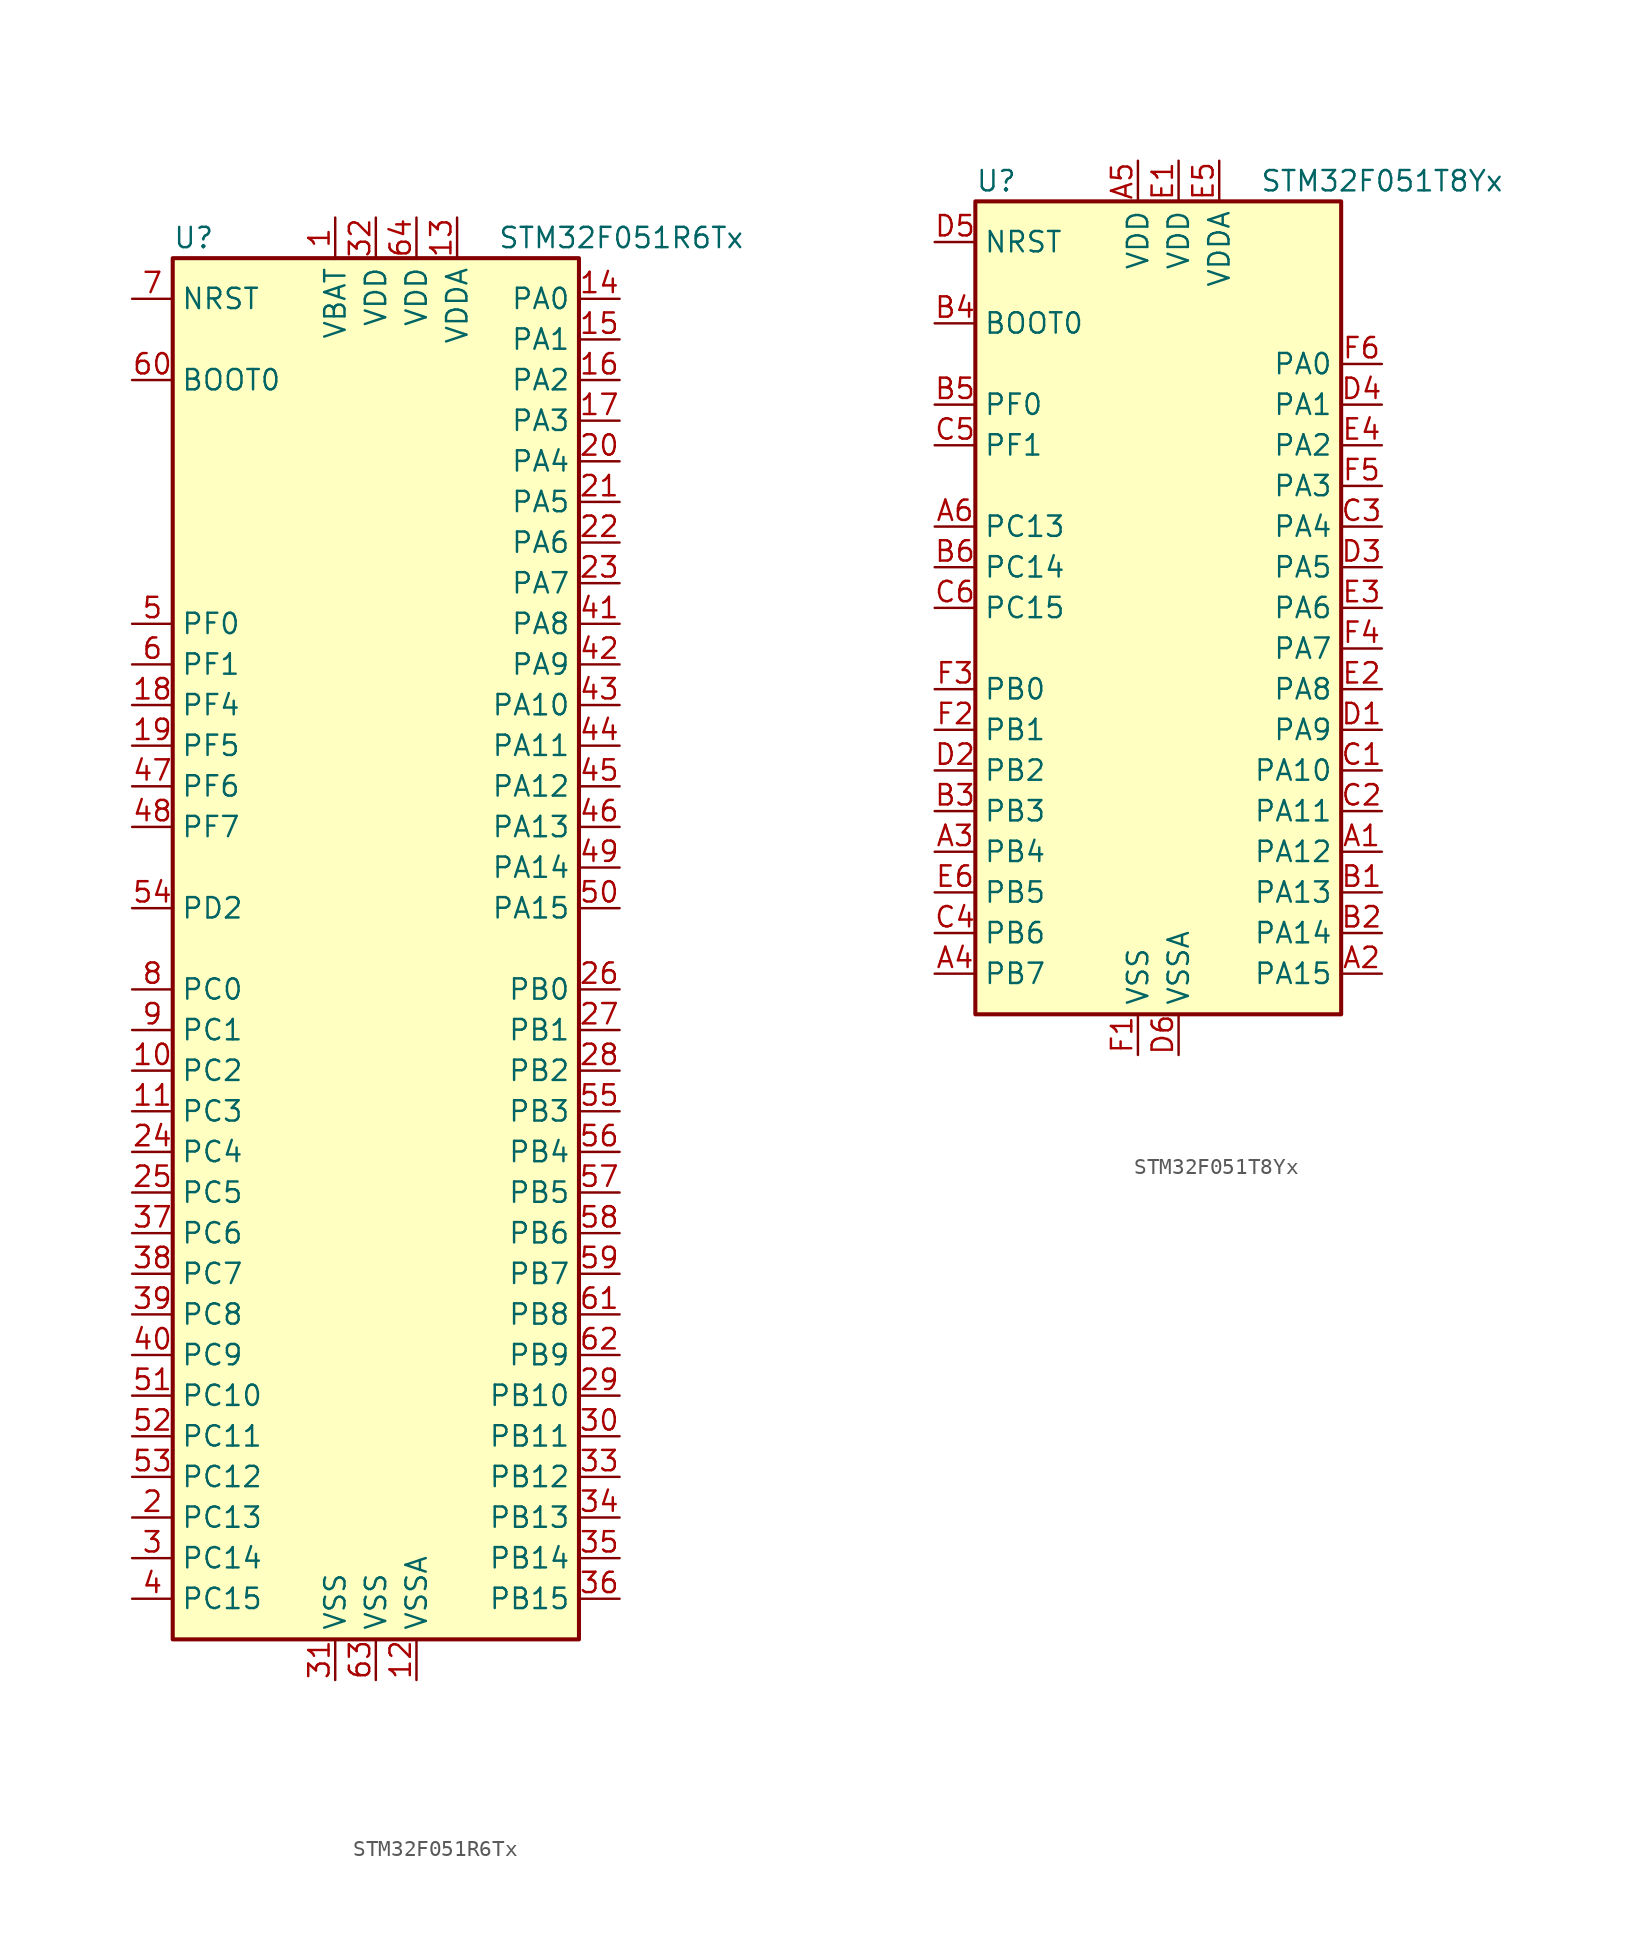
<source format=kicad_sym>
(kicad_symbol_lib
  (version 20201005)
  (generator kicad_symbol_editor)
  (symbol "MCU_ST_STM32F0:STM32F051R6Tx"
    (property "Reference" "U"
      (at -12.7 44.45 0)
      (effects (font (size 1.27 1.27)) (justify left)))
    (property "Value" "STM32F051R6Tx"
      (at 7.62 44.45 0)
      (effects (font (size 1.27 1.27)) (justify left)))
    (symbol "STM32F051R6Tx_0_1"
      (rectangle (start -12.7 -43.18) (end 12.7 43.18) (stroke (width 0.254)) (fill (type background))))
    (symbol "STM32F051R6Tx_1_1"
      (pin power_in line (at -2.54 45.72 270) (length 2.54) (name "VBAT" (effects (font (size 1.27 1.27)))) (number "1" (effects (font (size 1.27 1.27)))))
      (pin bidirectional line (at -15.24 -7.62 0) (length 2.54) (name "PC2" (effects (font (size 1.27 1.27)))) (number "10" (effects (font (size 1.27 1.27)))))
      (pin bidirectional line (at -15.24 -10.16 0) (length 2.54) (name "PC3" (effects (font (size 1.27 1.27)))) (number "11" (effects (font (size 1.27 1.27)))))
      (pin power_in line (at 2.54 -45.72 90) (length 2.54) (name "VSSA" (effects (font (size 1.27 1.27)))) (number "12" (effects (font (size 1.27 1.27)))))
      (pin power_in line (at 5.08 45.72 270) (length 2.54) (name "VDDA" (effects (font (size 1.27 1.27)))) (number "13" (effects (font (size 1.27 1.27)))))
      (pin bidirectional line (at 15.24 40.64 180) (length 2.54) (name "PA0" (effects (font (size 1.27 1.27)))) (number "14" (effects (font (size 1.27 1.27)))))
      (pin bidirectional line (at 15.24 38.1 180) (length 2.54) (name "PA1" (effects (font (size 1.27 1.27)))) (number "15" (effects (font (size 1.27 1.27)))))
      (pin bidirectional line (at 15.24 35.56 180) (length 2.54) (name "PA2" (effects (font (size 1.27 1.27)))) (number "16" (effects (font (size 1.27 1.27)))))
      (pin bidirectional line (at 15.24 33.02 180) (length 2.54) (name "PA3" (effects (font (size 1.27 1.27)))) (number "17" (effects (font (size 1.27 1.27)))))
      (pin bidirectional line (at -15.24 15.24 0) (length 2.54) (name "PF4" (effects (font (size 1.27 1.27)))) (number "18" (effects (font (size 1.27 1.27)))))
      (pin bidirectional line (at -15.24 12.7 0) (length 2.54) (name "PF5" (effects (font (size 1.27 1.27)))) (number "19" (effects (font (size 1.27 1.27)))))
      (pin bidirectional line (at -15.24 -35.56 0) (length 2.54) (name "PC13" (effects (font (size 1.27 1.27)))) (number "2" (effects (font (size 1.27 1.27)))))
      (pin bidirectional line (at 15.24 30.48 180) (length 2.54) (name "PA4" (effects (font (size 1.27 1.27)))) (number "20" (effects (font (size 1.27 1.27)))))
      (pin bidirectional line (at 15.24 27.94 180) (length 2.54) (name "PA5" (effects (font (size 1.27 1.27)))) (number "21" (effects (font (size 1.27 1.27)))))
      (pin bidirectional line (at 15.24 25.4 180) (length 2.54) (name "PA6" (effects (font (size 1.27 1.27)))) (number "22" (effects (font (size 1.27 1.27)))))
      (pin bidirectional line (at 15.24 22.86 180) (length 2.54) (name "PA7" (effects (font (size 1.27 1.27)))) (number "23" (effects (font (size 1.27 1.27)))))
      (pin bidirectional line (at -15.24 -12.7 0) (length 2.54) (name "PC4" (effects (font (size 1.27 1.27)))) (number "24" (effects (font (size 1.27 1.27)))))
      (pin bidirectional line (at -15.24 -15.24 0) (length 2.54) (name "PC5" (effects (font (size 1.27 1.27)))) (number "25" (effects (font (size 1.27 1.27)))))
      (pin bidirectional line (at 15.24 -2.54 180) (length 2.54) (name "PB0" (effects (font (size 1.27 1.27)))) (number "26" (effects (font (size 1.27 1.27)))))
      (pin bidirectional line (at 15.24 -5.08 180) (length 2.54) (name "PB1" (effects (font (size 1.27 1.27)))) (number "27" (effects (font (size 1.27 1.27)))))
      (pin bidirectional line (at 15.24 -7.62 180) (length 2.54) (name "PB2" (effects (font (size 1.27 1.27)))) (number "28" (effects (font (size 1.27 1.27)))))
      (pin bidirectional line (at 15.24 -27.94 180) (length 2.54) (name "PB10" (effects (font (size 1.27 1.27)))) (number "29" (effects (font (size 1.27 1.27)))))
      (pin bidirectional line (at -15.24 -38.1 0) (length 2.54) (name "PC14" (effects (font (size 1.27 1.27)))) (number "3" (effects (font (size 1.27 1.27)))))
      (pin bidirectional line (at 15.24 -30.48 180) (length 2.54) (name "PB11" (effects (font (size 1.27 1.27)))) (number "30" (effects (font (size 1.27 1.27)))))
      (pin power_in line (at -2.54 -45.72 90) (length 2.54) (name "VSS" (effects (font (size 1.27 1.27)))) (number "31" (effects (font (size 1.27 1.27)))))
      (pin power_in line (at 0 45.72 270) (length 2.54) (name "VDD" (effects (font (size 1.27 1.27)))) (number "32" (effects (font (size 1.27 1.27)))))
      (pin bidirectional line (at 15.24 -33.02 180) (length 2.54) (name "PB12" (effects (font (size 1.27 1.27)))) (number "33" (effects (font (size 1.27 1.27)))))
      (pin bidirectional line (at 15.24 -35.56 180) (length 2.54) (name "PB13" (effects (font (size 1.27 1.27)))) (number "34" (effects (font (size 1.27 1.27)))))
      (pin bidirectional line (at 15.24 -38.1 180) (length 2.54) (name "PB14" (effects (font (size 1.27 1.27)))) (number "35" (effects (font (size 1.27 1.27)))))
      (pin bidirectional line (at 15.24 -40.64 180) (length 2.54) (name "PB15" (effects (font (size 1.27 1.27)))) (number "36" (effects (font (size 1.27 1.27)))))
      (pin bidirectional line (at -15.24 -17.78 0) (length 2.54) (name "PC6" (effects (font (size 1.27 1.27)))) (number "37" (effects (font (size 1.27 1.27)))))
      (pin bidirectional line (at -15.24 -20.32 0) (length 2.54) (name "PC7" (effects (font (size 1.27 1.27)))) (number "38" (effects (font (size 1.27 1.27)))))
      (pin bidirectional line (at -15.24 -22.86 0) (length 2.54) (name "PC8" (effects (font (size 1.27 1.27)))) (number "39" (effects (font (size 1.27 1.27)))))
      (pin bidirectional line (at -15.24 -40.64 0) (length 2.54) (name "PC15" (effects (font (size 1.27 1.27)))) (number "4" (effects (font (size 1.27 1.27)))))
      (pin bidirectional line (at -15.24 -25.4 0) (length 2.54) (name "PC9" (effects (font (size 1.27 1.27)))) (number "40" (effects (font (size 1.27 1.27)))))
      (pin bidirectional line (at 15.24 20.32 180) (length 2.54) (name "PA8" (effects (font (size 1.27 1.27)))) (number "41" (effects (font (size 1.27 1.27)))))
      (pin bidirectional line (at 15.24 17.78 180) (length 2.54) (name "PA9" (effects (font (size 1.27 1.27)))) (number "42" (effects (font (size 1.27 1.27)))))
      (pin bidirectional line (at 15.24 15.24 180) (length 2.54) (name "PA10" (effects (font (size 1.27 1.27)))) (number "43" (effects (font (size 1.27 1.27)))))
      (pin bidirectional line (at 15.24 12.7 180) (length 2.54) (name "PA11" (effects (font (size 1.27 1.27)))) (number "44" (effects (font (size 1.27 1.27)))))
      (pin bidirectional line (at 15.24 10.16 180) (length 2.54) (name "PA12" (effects (font (size 1.27 1.27)))) (number "45" (effects (font (size 1.27 1.27)))))
      (pin bidirectional line (at 15.24 7.62 180) (length 2.54) (name "PA13" (effects (font (size 1.27 1.27)))) (number "46" (effects (font (size 1.27 1.27)))))
      (pin bidirectional line (at -15.24 10.16 0) (length 2.54) (name "PF6" (effects (font (size 1.27 1.27)))) (number "47" (effects (font (size 1.27 1.27)))))
      (pin bidirectional line (at -15.24 7.62 0) (length 2.54) (name "PF7" (effects (font (size 1.27 1.27)))) (number "48" (effects (font (size 1.27 1.27)))))
      (pin bidirectional line (at 15.24 5.08 180) (length 2.54) (name "PA14" (effects (font (size 1.27 1.27)))) (number "49" (effects (font (size 1.27 1.27)))))
      (pin input line (at -15.24 20.32 0) (length 2.54) (name "PF0" (effects (font (size 1.27 1.27)))) (number "5" (effects (font (size 1.27 1.27)))))
      (pin bidirectional line (at 15.24 2.54 180) (length 2.54) (name "PA15" (effects (font (size 1.27 1.27)))) (number "50" (effects (font (size 1.27 1.27)))))
      (pin bidirectional line (at -15.24 -27.94 0) (length 2.54) (name "PC10" (effects (font (size 1.27 1.27)))) (number "51" (effects (font (size 1.27 1.27)))))
      (pin bidirectional line (at -15.24 -30.48 0) (length 2.54) (name "PC11" (effects (font (size 1.27 1.27)))) (number "52" (effects (font (size 1.27 1.27)))))
      (pin bidirectional line (at -15.24 -33.02 0) (length 2.54) (name "PC12" (effects (font (size 1.27 1.27)))) (number "53" (effects (font (size 1.27 1.27)))))
      (pin bidirectional line (at -15.24 2.54 0) (length 2.54) (name "PD2" (effects (font (size 1.27 1.27)))) (number "54" (effects (font (size 1.27 1.27)))))
      (pin bidirectional line (at 15.24 -10.16 180) (length 2.54) (name "PB3" (effects (font (size 1.27 1.27)))) (number "55" (effects (font (size 1.27 1.27)))))
      (pin bidirectional line (at 15.24 -12.7 180) (length 2.54) (name "PB4" (effects (font (size 1.27 1.27)))) (number "56" (effects (font (size 1.27 1.27)))))
      (pin bidirectional line (at 15.24 -15.24 180) (length 2.54) (name "PB5" (effects (font (size 1.27 1.27)))) (number "57" (effects (font (size 1.27 1.27)))))
      (pin bidirectional line (at 15.24 -17.78 180) (length 2.54) (name "PB6" (effects (font (size 1.27 1.27)))) (number "58" (effects (font (size 1.27 1.27)))))
      (pin bidirectional line (at 15.24 -20.32 180) (length 2.54) (name "PB7" (effects (font (size 1.27 1.27)))) (number "59" (effects (font (size 1.27 1.27)))))
      (pin input line (at -15.24 17.78 0) (length 2.54) (name "PF1" (effects (font (size 1.27 1.27)))) (number "6" (effects (font (size 1.27 1.27)))))
      (pin input line (at -15.24 35.56 0) (length 2.54) (name "BOOT0" (effects (font (size 1.27 1.27)))) (number "60" (effects (font (size 1.27 1.27)))))
      (pin bidirectional line (at 15.24 -22.86 180) (length 2.54) (name "PB8" (effects (font (size 1.27 1.27)))) (number "61" (effects (font (size 1.27 1.27)))))
      (pin bidirectional line (at 15.24 -25.4 180) (length 2.54) (name "PB9" (effects (font (size 1.27 1.27)))) (number "62" (effects (font (size 1.27 1.27)))))
      (pin power_in line (at 0 -45.72 90) (length 2.54) (name "VSS" (effects (font (size 1.27 1.27)))) (number "63" (effects (font (size 1.27 1.27)))))
      (pin power_in line (at 2.54 45.72 270) (length 2.54) (name "VDD" (effects (font (size 1.27 1.27)))) (number "64" (effects (font (size 1.27 1.27)))))
      (pin input line (at -15.24 40.64 0) (length 2.54) (name "NRST" (effects (font (size 1.27 1.27)))) (number "7" (effects (font (size 1.27 1.27)))))
      (pin bidirectional line (at -15.24 -2.54 0) (length 2.54) (name "PC0" (effects (font (size 1.27 1.27)))) (number "8" (effects (font (size 1.27 1.27)))))
      (pin bidirectional line (at -15.24 -5.08 0) (length 2.54) (name "PC1" (effects (font (size 1.27 1.27)))) (number "9" (effects (font (size 1.27 1.27)))))))
  (symbol "MCU_ST_STM32F0:STM32F051T8Yx"
    (property "Reference" "U"
      (at -12.7 26.67 0)
      (effects (font (size 1.27 1.27)) (justify left)))
    (property "Value" "STM32F051T8Yx"
      (at 5.08 26.67 0)
      (effects (font (size 1.27 1.27)) (justify left)))
    (symbol "STM32F051T8Yx_0_1"
      (rectangle (start -12.7 -25.4) (end 10.16 25.4) (stroke (width 0.254)) (fill (type background))))
    (symbol "STM32F051T8Yx_1_1"
      (pin bidirectional line (at 12.7 -15.24 180) (length 2.54) (name "PA12" (effects (font (size 1.27 1.27)))) (number "A1" (effects (font (size 1.27 1.27)))))
      (pin bidirectional line (at 12.7 -22.86 180) (length 2.54) (name "PA15" (effects (font (size 1.27 1.27)))) (number "A2" (effects (font (size 1.27 1.27)))))
      (pin bidirectional line (at -15.24 -15.24 0) (length 2.54) (name "PB4" (effects (font (size 1.27 1.27)))) (number "A3" (effects (font (size 1.27 1.27)))))
      (pin bidirectional line (at -15.24 -22.86 0) (length 2.54) (name "PB7" (effects (font (size 1.27 1.27)))) (number "A4" (effects (font (size 1.27 1.27)))))
      (pin power_in line (at -2.54 27.94 270) (length 2.54) (name "VDD" (effects (font (size 1.27 1.27)))) (number "A5" (effects (font (size 1.27 1.27)))))
      (pin bidirectional line (at -15.24 5.08 0) (length 2.54) (name "PC13" (effects (font (size 1.27 1.27)))) (number "A6" (effects (font (size 1.27 1.27)))))
      (pin bidirectional line (at 12.7 -17.78 180) (length 2.54) (name "PA13" (effects (font (size 1.27 1.27)))) (number "B1" (effects (font (size 1.27 1.27)))))
      (pin bidirectional line (at 12.7 -20.32 180) (length 2.54) (name "PA14" (effects (font (size 1.27 1.27)))) (number "B2" (effects (font (size 1.27 1.27)))))
      (pin bidirectional line (at -15.24 -12.7 0) (length 2.54) (name "PB3" (effects (font (size 1.27 1.27)))) (number "B3" (effects (font (size 1.27 1.27)))))
      (pin input line (at -15.24 17.78 0) (length 2.54) (name "BOOT0" (effects (font (size 1.27 1.27)))) (number "B4" (effects (font (size 1.27 1.27)))))
      (pin input line (at -15.24 12.7 0) (length 2.54) (name "PF0" (effects (font (size 1.27 1.27)))) (number "B5" (effects (font (size 1.27 1.27)))))
      (pin bidirectional line (at -15.24 2.54 0) (length 2.54) (name "PC14" (effects (font (size 1.27 1.27)))) (number "B6" (effects (font (size 1.27 1.27)))))
      (pin bidirectional line (at 12.7 -10.16 180) (length 2.54) (name "PA10" (effects (font (size 1.27 1.27)))) (number "C1" (effects (font (size 1.27 1.27)))))
      (pin bidirectional line (at 12.7 -12.7 180) (length 2.54) (name "PA11" (effects (font (size 1.27 1.27)))) (number "C2" (effects (font (size 1.27 1.27)))))
      (pin bidirectional line (at 12.7 5.08 180) (length 2.54) (name "PA4" (effects (font (size 1.27 1.27)))) (number "C3" (effects (font (size 1.27 1.27)))))
      (pin bidirectional line (at -15.24 -20.32 0) (length 2.54) (name "PB6" (effects (font (size 1.27 1.27)))) (number "C4" (effects (font (size 1.27 1.27)))))
      (pin input line (at -15.24 10.16 0) (length 2.54) (name "PF1" (effects (font (size 1.27 1.27)))) (number "C5" (effects (font (size 1.27 1.27)))))
      (pin bidirectional line (at -15.24 0 0) (length 2.54) (name "PC15" (effects (font (size 1.27 1.27)))) (number "C6" (effects (font (size 1.27 1.27)))))
      (pin bidirectional line (at 12.7 -7.62 180) (length 2.54) (name "PA9" (effects (font (size 1.27 1.27)))) (number "D1" (effects (font (size 1.27 1.27)))))
      (pin bidirectional line (at -15.24 -10.16 0) (length 2.54) (name "PB2" (effects (font (size 1.27 1.27)))) (number "D2" (effects (font (size 1.27 1.27)))))
      (pin bidirectional line (at 12.7 2.54 180) (length 2.54) (name "PA5" (effects (font (size 1.27 1.27)))) (number "D3" (effects (font (size 1.27 1.27)))))
      (pin bidirectional line (at 12.7 12.7 180) (length 2.54) (name "PA1" (effects (font (size 1.27 1.27)))) (number "D4" (effects (font (size 1.27 1.27)))))
      (pin input line (at -15.24 22.86 0) (length 2.54) (name "NRST" (effects (font (size 1.27 1.27)))) (number "D5" (effects (font (size 1.27 1.27)))))
      (pin power_in line (at 0 -27.94 90) (length 2.54) (name "VSSA" (effects (font (size 1.27 1.27)))) (number "D6" (effects (font (size 1.27 1.27)))))
      (pin power_in line (at 0 27.94 270) (length 2.54) (name "VDD" (effects (font (size 1.27 1.27)))) (number "E1" (effects (font (size 1.27 1.27)))))
      (pin bidirectional line (at 12.7 -5.08 180) (length 2.54) (name "PA8" (effects (font (size 1.27 1.27)))) (number "E2" (effects (font (size 1.27 1.27)))))
      (pin bidirectional line (at 12.7 0 180) (length 2.54) (name "PA6" (effects (font (size 1.27 1.27)))) (number "E3" (effects (font (size 1.27 1.27)))))
      (pin bidirectional line (at 12.7 10.16 180) (length 2.54) (name "PA2" (effects (font (size 1.27 1.27)))) (number "E4" (effects (font (size 1.27 1.27)))))
      (pin power_in line (at 2.54 27.94 270) (length 2.54) (name "VDDA" (effects (font (size 1.27 1.27)))) (number "E5" (effects (font (size 1.27 1.27)))))
      (pin bidirectional line (at -15.24 -17.78 0) (length 2.54) (name "PB5" (effects (font (size 1.27 1.27)))) (number "E6" (effects (font (size 1.27 1.27)))))
      (pin power_in line (at -2.54 -27.94 90) (length 2.54) (name "VSS" (effects (font (size 1.27 1.27)))) (number "F1" (effects (font (size 1.27 1.27)))))
      (pin bidirectional line (at -15.24 -7.62 0) (length 2.54) (name "PB1" (effects (font (size 1.27 1.27)))) (number "F2" (effects (font (size 1.27 1.27)))))
      (pin bidirectional line (at -15.24 -5.08 0) (length 2.54) (name "PB0" (effects (font (size 1.27 1.27)))) (number "F3" (effects (font (size 1.27 1.27)))))
      (pin bidirectional line (at 12.7 -2.54 180) (length 2.54) (name "PA7" (effects (font (size 1.27 1.27)))) (number "F4" (effects (font (size 1.27 1.27)))))
      (pin bidirectional line (at 12.7 7.62 180) (length 2.54) (name "PA3" (effects (font (size 1.27 1.27)))) (number "F5" (effects (font (size 1.27 1.27)))))
      (pin bidirectional line (at 12.7 15.24 180) (length 2.54) (name "PA0" (effects (font (size 1.27 1.27)))) (number "F6" (effects (font (size 1.27 1.27))))))))
</source>
